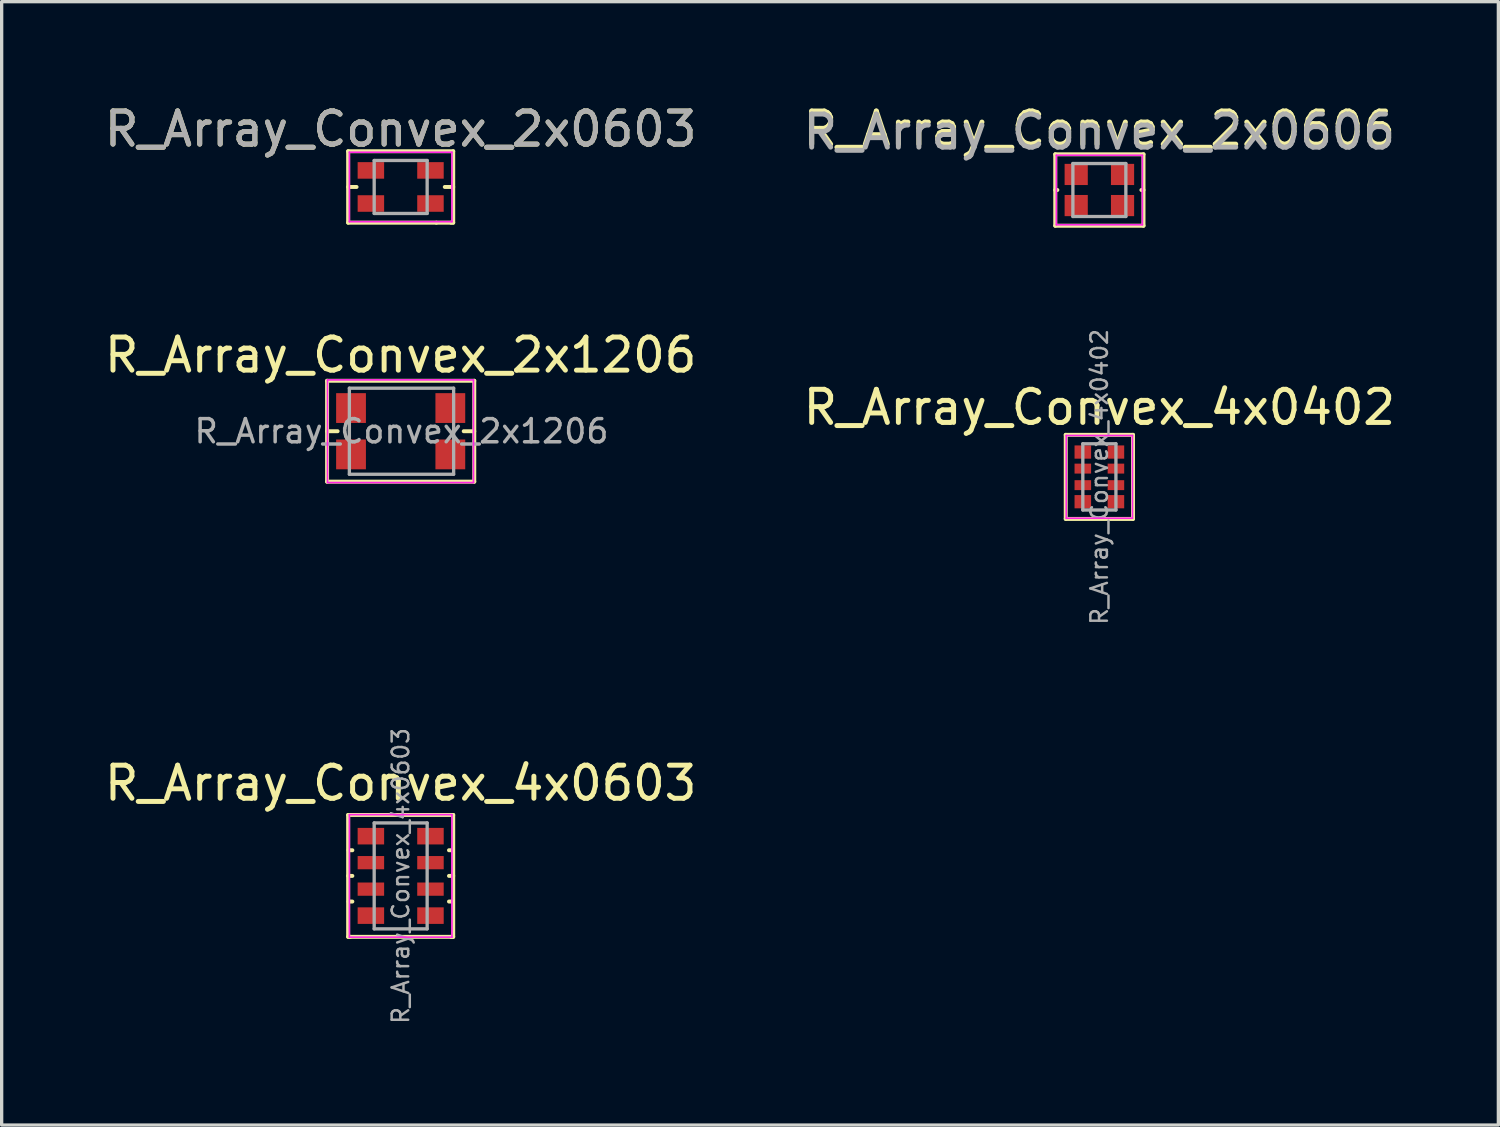
<source format=kicad_pcb>
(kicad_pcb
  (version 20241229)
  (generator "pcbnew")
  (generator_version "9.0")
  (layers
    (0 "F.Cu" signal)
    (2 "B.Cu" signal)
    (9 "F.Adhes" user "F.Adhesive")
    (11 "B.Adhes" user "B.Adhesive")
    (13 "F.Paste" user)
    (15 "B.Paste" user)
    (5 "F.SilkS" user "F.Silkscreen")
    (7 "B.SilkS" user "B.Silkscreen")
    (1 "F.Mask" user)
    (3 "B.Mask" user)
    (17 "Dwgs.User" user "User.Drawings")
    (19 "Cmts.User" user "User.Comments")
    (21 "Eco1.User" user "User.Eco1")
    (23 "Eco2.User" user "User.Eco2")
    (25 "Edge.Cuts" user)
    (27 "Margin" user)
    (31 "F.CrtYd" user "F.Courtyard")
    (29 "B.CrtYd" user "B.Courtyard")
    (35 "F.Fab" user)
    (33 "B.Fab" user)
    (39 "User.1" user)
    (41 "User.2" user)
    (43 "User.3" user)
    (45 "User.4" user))
  (footprint "R_Array_Convex_4x0402"
    (layer "F.Cu")
    (at 30.161 11.356)
    (property "Reference" "R_Array_Convex_4x0402" (at 0 -2.1 0) (layer "F.SilkS") (effects (font (size 1 1) (thickness 0.15))))
    (attr smd)
    (fp_line (start -1.016 -1.27) (end 1.016 -1.27) (stroke (width 0.12) (type solid)) (layer "F.SilkS"))
    (fp_line (start -1.016 1.27) (end -1.016 -1.27) (stroke (width 0.12) (type solid)) (layer "F.SilkS"))
    (fp_line (start 1.016 -1.27) (end 1.016 1.27) (stroke (width 0.12) (type solid)) (layer "F.SilkS"))
    (fp_line (start 1.016 1.27) (end -1.016 1.27) (stroke (width 0.12) (type solid)) (layer "F.SilkS"))
    (fp_line (start -1 -1.25) (end -1 1.25) (stroke (width 0.05) (type solid)) (layer "F.CrtYd"))
    (fp_line (start -1 -1.25) (end 1 -1.25) (stroke (width 0.05) (type solid)) (layer "F.CrtYd"))
    (fp_line (start 1 1.25) (end -1 1.25) (stroke (width 0.05) (type solid)) (layer "F.CrtYd"))
    (fp_line (start 1 1.25) (end 1 -1.25) (stroke (width 0.05) (type solid)) (layer "F.CrtYd"))
    (fp_line (start -0.5 -1) (end 0.5 -1) (stroke (width 0.1) (type solid)) (layer "F.Fab"))
    (fp_line (start -0.5 1) (end -0.5 -1) (stroke (width 0.1) (type solid)) (layer "F.Fab"))
    (fp_line (start 0.5 -1) (end 0.5 1) (stroke (width 0.1) (type solid)) (layer "F.Fab"))
    (fp_line (start 0.5 1) (end -0.5 1) (stroke (width 0.1) (type solid)) (layer "F.Fab"))
    (fp_text user "${REFERENCE}" (at 0 0 90) (layer "F.Fab") (effects (font (size 0.5 0.5) (thickness 0.075))))
    (pad "1" smd rect (at -0.5 -0.75) (size 0.5 0.4) (layers "F.Cu" "F.Mask" "F.Paste"))
    (pad "2" smd rect (at -0.5 -0.25) (size 0.5 0.3) (layers "F.Cu" "F.Mask" "F.Paste"))
    (pad "3" smd rect (at -0.5 0.25) (size 0.5 0.3) (layers "F.Cu" "F.Mask" "F.Paste"))
    (pad "4" smd rect (at -0.5 0.75) (size 0.5 0.4) (layers "F.Cu" "F.Mask" "F.Paste"))
    (pad "5" smd rect (at 0.5 0.75) (size 0.5 0.4) (layers "F.Cu" "F.Mask" "F.Paste"))
    (pad "6" smd rect (at 0.5 0.25) (size 0.5 0.3) (layers "F.Cu" "F.Mask" "F.Paste"))
    (pad "7" smd rect (at 0.5 -0.25) (size 0.5 0.3) (layers "F.Cu" "F.Mask" "F.Paste"))
    (pad "8" smd rect (at 0.5 -0.75) (size 0.5 0.4) (layers "F.Cu" "F.Mask" "F.Paste")))
  (footprint "R_Array_Convex_2x0603"
    (layer "F.Cu")
    (at 9.054 2.598)
    (property "Reference" "R_Array_Convex_2x0603" (at 0 -1.75 0) (layer "F.SilkS") (effects (font (size 1 1) (thickness 0.15))))
    (attr smd)
    (fp_line (start -1.587 -1.079) (end -1.587 1.079) (stroke (width 0.12) (type solid)) (layer "F.SilkS"))
    (fp_line (start -1.587 0) (end -1.333 0) (stroke (width 0.12) (type solid)) (layer "F.SilkS"))
    (fp_line (start -1.587 1.079) (end 1.079 1.079) (stroke (width 0.12) (type solid)) (layer "F.SilkS"))
    (fp_line (start 1.079 1.079) (end 1.524 1.079) (stroke (width 0.12) (type solid)) (layer "F.SilkS"))
    (fp_line (start 1.524 1.079) (end 1.587 1.079) (stroke (width 0.12) (type solid)) (layer "F.SilkS"))
    (fp_line (start 1.587 -1.079) (end -1.587 -1.079) (stroke (width 0.12) (type solid)) (layer "F.SilkS"))
    (fp_line (start 1.587 0) (end 1.333 0) (stroke (width 0.12) (type solid)) (layer "F.SilkS"))
    (fp_line (start 1.587 1.079) (end 1.587 -1.079) (stroke (width 0.12) (type solid)) (layer "F.SilkS"))
    (fp_line (start -1.55 -1.05) (end -1.55 1.05) (stroke (width 0.05) (type solid)) (layer "F.CrtYd"))
    (fp_line (start -1.55 -1.05) (end 1.55 -1.05) (stroke (width 0.05) (type solid)) (layer "F.CrtYd"))
    (fp_line (start 1.55 1.05) (end -1.55 1.05) (stroke (width 0.05) (type solid)) (layer "F.CrtYd"))
    (fp_line (start 1.55 1.05) (end 1.55 -1.05) (stroke (width 0.05) (type solid)) (layer "F.CrtYd"))
    (fp_line (start -0.8 -0.8) (end 0.8 -0.8) (stroke (width 0.1) (type solid)) (layer "F.Fab"))
    (fp_line (start -0.8 0.8) (end -0.8 -0.8) (stroke (width 0.1) (type solid)) (layer "F.Fab"))
    (fp_line (start 0.8 -0.8) (end 0.8 0.8) (stroke (width 0.1) (type solid)) (layer "F.Fab"))
    (fp_line (start 0.8 0.8) (end -0.8 0.8) (stroke (width 0.1) (type solid)) (layer "F.Fab"))
    (fp_text user "${REFERENCE}" (at 0 -1.75 0) (layer "F.Fab") (effects (font (size 1 1) (thickness 0.15))))
    (pad "1" smd rect (at -0.9 -0.5) (size 0.8 0.5) (layers "F.Cu" "F.Mask" "F.Paste"))
    (pad "2" smd rect (at -0.9 0.5) (size 0.8 0.5) (layers "F.Cu" "F.Mask" "F.Paste"))
    (pad "3" smd rect (at 0.9 0.5) (size 0.8 0.5) (layers "F.Cu" "F.Mask" "F.Paste"))
    (pad "4" smd rect (at 0.9 -0.5) (size 0.8 0.5) (layers "F.Cu" "F.Mask" "F.Paste")))
  (footprint "R_Array_Convex_2x0606"
    (layer "F.Cu")
    (at 30.161 2.69)
    (property "Reference" "R_Array_Convex_2x0606" (at 0 -1.841 0) (layer "F.SilkS") (effects (font (size 1 1) (thickness 0.15))))
    (attr smd)
    (fp_line (start -1.333 -1.079) (end 1.333 -1.079) (stroke (width 0.12) (type solid)) (layer "F.SilkS"))
    (fp_line (start -1.333 1.079) (end -1.333 -1.079) (stroke (width 0.12) (type solid)) (layer "F.SilkS"))
    (fp_line (start -1.27 0) (end -1.333 0) (stroke (width 0.12) (type solid)) (layer "F.SilkS"))
    (fp_line (start 1.333 -1.079) (end 1.333 1.079) (stroke (width 0.12) (type solid)) (layer "F.SilkS"))
    (fp_line (start 1.333 0) (end 1.27 0) (stroke (width 0.12) (type solid)) (layer "F.SilkS"))
    (fp_line (start 1.333 1.079) (end -1.333 1.079) (stroke (width 0.12) (type solid)) (layer "F.SilkS"))
    (fp_line (start -1.3 -1.05) (end -1.3 1.05) (stroke (width 0.05) (type solid)) (layer "F.CrtYd"))
    (fp_line (start -1.3 -1.05) (end 1.3 -1.05) (stroke (width 0.05) (type solid)) (layer "F.CrtYd"))
    (fp_line (start 1.3 1.05) (end -1.3 1.05) (stroke (width 0.05) (type solid)) (layer "F.CrtYd"))
    (fp_line (start 1.3 1.05) (end 1.3 -1.05) (stroke (width 0.05) (type solid)) (layer "F.CrtYd"))
    (fp_line (start -0.8 -0.8) (end 0.8 -0.8) (stroke (width 0.1) (type solid)) (layer "F.Fab"))
    (fp_line (start -0.8 0.8) (end -0.8 -0.8) (stroke (width 0.1) (type solid)) (layer "F.Fab"))
    (fp_line (start 0.8 -0.8) (end 0.8 0.8) (stroke (width 0.1) (type solid)) (layer "F.Fab"))
    (fp_line (start 0.8 0.8) (end -0.8 0.8) (stroke (width 0.1) (type solid)) (layer "F.Fab"))
    (fp_text user "${REFERENCE}" (at 0 -1.75 0) (layer "F.Fab") (effects (font (size 1 1) (thickness 0.15))))
    (pad "1" smd rect (at -0.7 -0.47) (size 0.7 0.64) (layers "F.Cu" "F.Mask" "F.Paste"))
    (pad "2" smd rect (at -0.7 0.47) (size 0.7 0.64) (layers "F.Cu" "F.Mask" "F.Paste"))
    (pad "3" smd rect (at 0.7 0.47) (size 0.7 0.64) (layers "F.Cu" "F.Mask" "F.Paste"))
    (pad "4" smd rect (at 0.7 -0.47) (size 0.7 0.64) (layers "F.Cu" "F.Mask" "F.Paste")))
  (footprint "R_Array_Convex_2x1206"
    (layer "F.Cu")
    (at 9.054 9.977)
    (property "Reference" "R_Array_Convex_2x1206" (at 0 -2.3 0) (layer "F.SilkS") (effects (font (size 1 1) (thickness 0.15))))
    (attr smd)
    (fp_line (start -2.223 -1.524) (end -2.223 1.524) (stroke (width 0.12) (type solid)) (layer "F.SilkS"))
    (fp_line (start -2.223 0) (end -1.905 0) (stroke (width 0.12) (type solid)) (layer "F.SilkS"))
    (fp_line (start -2.223 1.524) (end 2.223 1.524) (stroke (width 0.12) (type solid)) (layer "F.SilkS"))
    (fp_line (start 2.223 -1.524) (end -2.223 -1.524) (stroke (width 0.12) (type solid)) (layer "F.SilkS"))
    (fp_line (start 2.223 0) (end 1.905 0) (stroke (width 0.12) (type solid)) (layer "F.SilkS"))
    (fp_line (start 2.223 1.524) (end 2.223 -1.524) (stroke (width 0.12) (type solid)) (layer "F.SilkS"))
    (fp_line (start -2.21 -1.55) (end -2.21 1.55) (stroke (width 0.05) (type solid)) (layer "F.CrtYd"))
    (fp_line (start -2.21 -1.55) (end 2.2 -1.55) (stroke (width 0.05) (type solid)) (layer "F.CrtYd"))
    (fp_line (start 2.2 1.55) (end -2.21 1.55) (stroke (width 0.05) (type solid)) (layer "F.CrtYd"))
    (fp_line (start 2.2 1.55) (end 2.2 -1.55) (stroke (width 0.05) (type solid)) (layer "F.CrtYd"))
    (fp_line (start -1.55 -1.3) (end 1.6 -1.3) (stroke (width 0.1) (type solid)) (layer "F.Fab"))
    (fp_line (start -1.55 1.3) (end -1.55 -1.3) (stroke (width 0.1) (type solid)) (layer "F.Fab"))
    (fp_line (start 1.6 -1.3) (end 1.6 1.3) (stroke (width 0.1) (type solid)) (layer "F.Fab"))
    (fp_line (start 1.6 1.3) (end -1.55 1.3) (stroke (width 0.1) (type solid)) (layer "F.Fab"))
    (fp_text user "${REFERENCE}" (at 0.025 0 0) (layer "F.Fab") (effects (font (size 0.7 0.7) (thickness 0.105))))
    (pad "1" smd rect (at -1.5 -0.7) (size 0.9 0.9) (layers "F.Cu" "F.Mask" "F.Paste"))
    (pad "2" smd rect (at -1.5 0.7) (size 0.9 0.9) (layers "F.Cu" "F.Mask" "F.Paste"))
    (pad "3" smd rect (at 1.5 0.7) (size 0.9 0.9) (layers "F.Cu" "F.Mask" "F.Paste"))
    (pad "4" smd rect (at 1.5 -0.7) (size 0.9 0.9) (layers "F.Cu" "F.Mask" "F.Paste")))
  (footprint "R_Array_Convex_4x0603"
    (layer "F.Cu")
    (at 9.054 23.41)
    (property "Reference" "R_Array_Convex_4x0603" (at 0 -2.8 0) (layer "F.SilkS") (effects (font (size 1 1) (thickness 0.15))))
    (attr smd)
    (fp_line (start -1.587 -1.841) (end 1.587 -1.841) (stroke (width 0.12) (type solid)) (layer "F.SilkS"))
    (fp_line (start -1.587 0) (end -1.46 0) (stroke (width 0.12) (type solid)) (layer "F.SilkS"))
    (fp_line (start -1.587 1.841) (end -1.587 -1.841) (stroke (width 0.12) (type solid)) (layer "F.SilkS"))
    (fp_line (start -1.524 1.841) (end -1.587 1.841) (stroke (width 0.12) (type solid)) (layer "F.SilkS"))
    (fp_line (start -1.46 -0.775) (end -1.575 -0.775) (stroke (width 0.12) (type solid)) (layer "F.SilkS"))
    (fp_line (start -1.46 0.775) (end -1.575 0.775) (stroke (width 0.12) (type solid)) (layer "F.SilkS"))
    (fp_line (start 1.46 -0.775) (end 1.575 -0.775) (stroke (width 0.12) (type solid)) (layer "F.SilkS"))
    (fp_line (start 1.46 0.775) (end 1.575 0.775) (stroke (width 0.12) (type solid)) (layer "F.SilkS"))
    (fp_line (start 1.524 1.841) (end -1.524 1.841) (stroke (width 0.12) (type solid)) (layer "F.SilkS"))
    (fp_line (start 1.587 -1.841) (end 1.587 1.841) (stroke (width 0.12) (type solid)) (layer "F.SilkS"))
    (fp_line (start 1.587 0) (end 1.46 0) (stroke (width 0.12) (type solid)) (layer "F.SilkS"))
    (fp_line (start 1.587 1.841) (end 1.524 1.841) (stroke (width 0.12) (type solid)) (layer "F.SilkS"))
    (fp_line (start -1.55 -1.85) (end -1.55 1.85) (stroke (width 0.05) (type solid)) (layer "F.CrtYd"))
    (fp_line (start -1.55 -1.85) (end 1.55 -1.85) (stroke (width 0.05) (type solid)) (layer "F.CrtYd"))
    (fp_line (start 1.55 1.85) (end -1.55 1.85) (stroke (width 0.05) (type solid)) (layer "F.CrtYd"))
    (fp_line (start 1.55 1.85) (end 1.55 -1.85) (stroke (width 0.05) (type solid)) (layer "F.CrtYd"))
    (fp_line (start -0.8 -1.6) (end 0.8 -1.6) (stroke (width 0.1) (type solid)) (layer "F.Fab"))
    (fp_line (start -0.8 1.6) (end -0.8 -1.6) (stroke (width 0.1) (type solid)) (layer "F.Fab"))
    (fp_line (start 0.8 -1.6) (end 0.8 1.6) (stroke (width 0.1) (type solid)) (layer "F.Fab"))
    (fp_line (start 0.8 1.6) (end -0.8 1.6) (stroke (width 0.1) (type solid)) (layer "F.Fab"))
    (fp_text user "${REFERENCE}" (at 0 0 90) (layer "F.Fab") (effects (font (size 0.5 0.5) (thickness 0.075))))
    (pad "1" smd rect (at -0.9 -1.2) (size 0.8 0.5) (layers "F.Cu" "F.Mask" "F.Paste"))
    (pad "2" smd rect (at -0.9 -0.4) (size 0.8 0.4) (layers "F.Cu" "F.Mask" "F.Paste"))
    (pad "3" smd rect (at -0.9 0.4) (size 0.8 0.4) (layers "F.Cu" "F.Mask" "F.Paste"))
    (pad "4" smd rect (at -0.9 1.2) (size 0.8 0.5) (layers "F.Cu" "F.Mask" "F.Paste"))
    (pad "5" smd rect (at 0.9 1.2) (size 0.8 0.5) (layers "F.Cu" "F.Mask" "F.Paste"))
    (pad "6" smd rect (at 0.9 0.4) (size 0.8 0.4) (layers "F.Cu" "F.Mask" "F.Paste"))
    (pad "7" smd rect (at 0.9 -0.4) (size 0.8 0.4) (layers "F.Cu" "F.Mask" "F.Paste"))
    (pad "8" smd rect (at 0.9 -1.2) (size 0.8 0.5) (layers "F.Cu" "F.Mask" "F.Paste")))
  (gr_rect
    (start -3 -3)
    (end 42.214 30.936)
    (stroke (width 0.1) (type default))
    (fill no)
    (layer "Edge.Cuts")))
</source>
